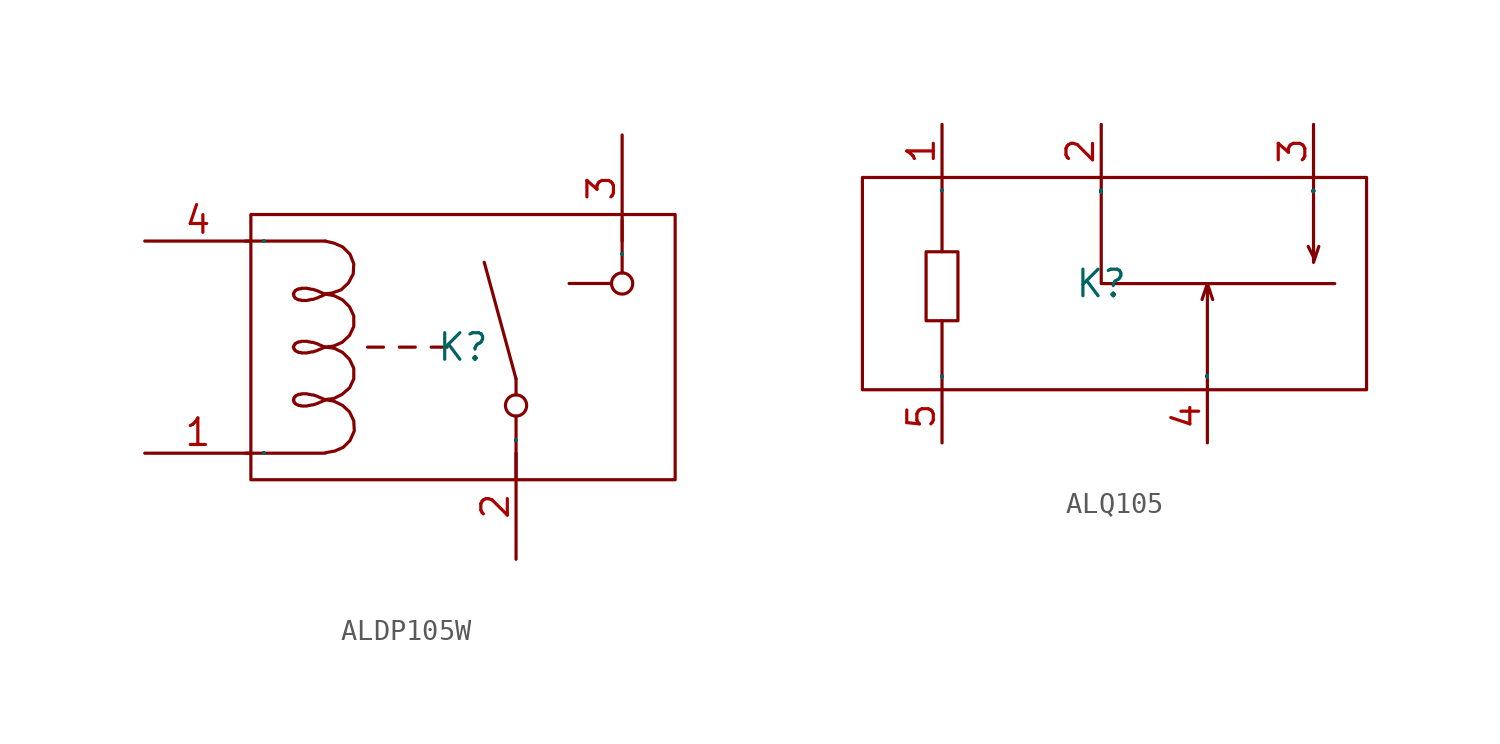
<source format=kicad_sym>
(kicad_symbol_lib
  (version 20231120)
  (generator "kicad_symbol_editor")
  (generator_version "8.0")
  (symbol "ALDP105W"
    (property "Reference" "K"
      (at 0 0 0)
      (effects (font (size 1.27 1.27))))
    (property "Value" ""
      (at 0 0 0)
      (effects (font (size 1.27 1.27))))
    (symbol "ALDP105W_1_0"
      (rectangle (start -10.16 -6.35) (end 10.16 6.35) (stroke (width 0) (type default)) (fill (type none)))
      (polyline (pts (xy -10.414 -5.08) (xy -6.604 -5.08)) (stroke (width 0) (type default)) (fill (type none)))
      (polyline (pts (xy -6.604 5.08) (xy -10.414 5.08)) (stroke (width 0) (type default)) (fill (type none)))
      (polyline (pts (xy -3.81 0) (xy -4.572 0)) (stroke (width 0) (type default)) (fill (type none)))
      (polyline (pts (xy -2.286 0) (xy -3.048 0)) (stroke (width 0) (type default)) (fill (type none)))
      (polyline (pts (xy -0.762 0) (xy -1.524 0)) (stroke (width 0) (type default)) (fill (type none)))
      (polyline (pts (xy 2.54 -6.35) (xy 2.54 -3.302)) (stroke (width 0) (type default)) (fill (type none)))
      (polyline (pts (xy 2.54 -2.286) (xy 2.54 -1.524)) (stroke (width 0) (type default)) (fill (type none)))
      (polyline (pts (xy 2.54 -1.524) (xy 1.016 4.064)) (stroke (width 0) (type default)) (fill (type none)))
      (polyline (pts (xy 7.112 3.048) (xy 5.08 3.048)) (stroke (width 0) (type default)) (fill (type none)))
      (polyline (pts (xy 7.62 6.096) (xy 7.62 3.556)) (stroke (width 0) (type default)) (fill (type none)))
      (polyline (pts (xy -6.604 -2.515) (xy -6.172 -2.591) (xy -6.172 -2.591) (xy -5.766 -2.794) (xy -5.766 -2.794) (xy -5.436 -3.099) (xy -5.436 -3.099) (xy -5.232 -3.531) (xy -5.232 -3.531) (xy -5.207 -4.013) (xy -5.207 -4.013) (xy -5.41 -4.47) (xy -5.41 -4.47) (xy -5.74 -4.801) (xy -5.74 -4.801) (xy -6.147 -4.978) (xy -6.147 -4.978) (xy -6.579 -5.055)) (stroke (width 0) (type default)) (fill (type none)))
      (polyline (pts (xy -6.604 0) (xy -6.172 -0.051) (xy -6.172 -0.051) (xy -5.766 -0.254) (xy -5.766 -0.254) (xy -5.436 -0.584) (xy -5.436 -0.584) (xy -5.232 -1.016) (xy -5.232 -1.016) (xy -5.232 -1.524) (xy -5.232 -1.524) (xy -5.436 -1.956) (xy -5.436 -1.956) (xy -5.791 -2.261) (xy -5.791 -2.261) (xy -6.198 -2.464) (xy -6.198 -2.464) (xy -6.629 -2.515)) (stroke (width 0) (type default)) (fill (type none)))
      (polyline (pts (xy -6.604 2.54) (xy -6.172 2.464) (xy -6.172 2.464) (xy -5.766 2.261) (xy -5.766 2.261) (xy -5.436 1.93) (xy -5.436 1.93) (xy -5.232 1.499) (xy -5.232 1.499) (xy -5.232 0.991) (xy -5.232 0.991) (xy -5.436 0.559) (xy -5.436 0.559) (xy -5.791 0.229) (xy -5.791 0.229) (xy -6.198 0.051) (xy -6.198 0.051) (xy -6.629 0)) (stroke (width 0) (type default)) (fill (type none)))
      (polyline (pts (xy -6.604 5.08) (xy -6.172 4.978) (xy -6.172 4.978) (xy -5.766 4.801) (xy -5.766 4.801) (xy -5.41 4.445) (xy -5.41 4.445) (xy -5.232 3.988) (xy -5.232 3.988) (xy -5.258 3.505) (xy -5.258 3.505) (xy -5.486 3.073) (xy -5.486 3.073) (xy -5.842 2.743) (xy -5.842 2.743) (xy -6.274 2.591) (xy -6.274 2.591) (xy -6.706 2.54)) (stroke (width 0) (type default)) (fill (type none)))
      (polyline (pts (xy -6.604 -2.54) (xy -6.68 -2.489) (xy -6.68 -2.489) (xy -6.782 -2.438) (xy -6.782 -2.438) (xy -6.858 -2.413) (xy -6.858 -2.413) (xy -6.96 -2.362) (xy -6.96 -2.362) (xy -7.036 -2.337) (xy -7.036 -2.337) (xy -7.112 -2.311) (xy -7.112 -2.311) (xy -7.188 -2.286) (xy -7.188 -2.286) (xy -7.264 -2.286) (xy -7.264 -2.286) (xy -7.341 -2.261) (xy -7.341 -2.261) (xy -7.391 -2.261) (xy -7.391 -2.261) (xy -7.468 -2.235) (xy -7.468 -2.235) (xy -7.518 -2.235) (xy -7.518 -2.235) (xy -7.569 -2.235) (xy -7.569 -2.235) (xy -7.645 -2.235) (xy -7.645 -2.235) (xy -7.696 -2.235) (xy -7.696 -2.235) (xy -7.747 -2.235) (xy -7.747 -2.235) (xy -7.772 -2.261) (xy -7.772 -2.261) (xy -7.823 -2.261) (xy -7.823 -2.261) (xy -7.874 -2.261) (xy -7.874 -2.261) (xy -7.899 -2.286) (xy -7.899 -2.286) (xy -7.925 -2.286) (xy -7.925 -2.286) (xy -7.976 -2.311) (xy -7.976 -2.311) (xy -8.001 -2.337) (xy -8.001 -2.337) (xy -8.026 -2.337) (xy -8.026 -2.337) (xy -8.052 -2.362) (xy -8.052 -2.362) (xy -8.052 -2.388) (xy -8.052 -2.388) (xy -8.077 -2.413) (xy -8.077 -2.413) (xy -8.103 -2.438) (xy -8.103 -2.438) (xy -8.103 -2.464) (xy -8.103 -2.464) (xy -8.103 -2.489) (xy -8.103 -2.489) (xy -8.103 -2.515) (xy -8.103 -2.515) (xy -8.128 -2.54) (xy -8.128 -2.54) (xy -8.103 -2.54) (xy -8.103 -2.54) (xy -8.103 -2.565) (xy -8.103 -2.565) (xy -8.103 -2.591) (xy -8.103 -2.591) (xy -8.103 -2.616) (xy -8.103 -2.616) (xy -8.077 -2.642) (xy -8.077 -2.642) (xy -8.052 -2.667) (xy -8.052 -2.667) (xy -8.052 -2.692) (xy -8.052 -2.692) (xy -8.026 -2.718) (xy -8.026 -2.718) (xy -8.001 -2.718) (xy -8.001 -2.718) (xy -7.976 -2.743) (xy -7.976 -2.743) (xy -7.925 -2.769) (xy -7.925 -2.769) (xy -7.899 -2.769) (xy -7.899 -2.769) (xy -7.874 -2.794) (xy -7.874 -2.794) (xy -7.823 -2.794) (xy -7.823 -2.794) (xy -7.772 -2.794) (xy -7.772 -2.794) (xy -7.747 -2.819) (xy -7.747 -2.819) (xy -7.696 -2.819) (xy -7.696 -2.819) (xy -7.645 -2.819) (xy -7.645 -2.819) (xy -7.569 -2.819) (xy -7.569 -2.819) (xy -7.518 -2.819) (xy -7.518 -2.819) (xy -7.468 -2.819) (xy -7.468 -2.819) (xy -7.391 -2.794) (xy -7.391 -2.794) (xy -7.341 -2.794) (xy -7.341 -2.794) (xy -7.264 -2.769) (xy -7.264 -2.769) (xy -7.188 -2.769) (xy -7.188 -2.769) (xy -7.112 -2.743) (xy -7.112 -2.743) (xy -7.036 -2.718) (xy -7.036 -2.718) (xy -6.96 -2.692) (xy -6.96 -2.692) (xy -6.858 -2.642) (xy -6.858 -2.642) (xy -6.782 -2.616) (xy -6.782 -2.616) (xy -6.68 -2.565) (xy -6.68 -2.565) (xy -6.604 -2.54)) (stroke (width 0) (type default)) (fill (type none)))
      (polyline (pts (xy -6.604 0) (xy -6.68 0.025) (xy -6.68 0.025) (xy -6.782 0.076) (xy -6.782 0.076) (xy -6.858 0.102) (xy -6.858 0.102) (xy -6.96 0.152) (xy -6.96 0.152) (xy -7.036 0.178) (xy -7.036 0.178) (xy -7.112 0.203) (xy -7.112 0.203) (xy -7.188 0.229) (xy -7.188 0.229) (xy -7.264 0.229) (xy -7.264 0.229) (xy -7.341 0.254) (xy -7.341 0.254) (xy -7.391 0.254) (xy -7.391 0.254) (xy -7.468 0.279) (xy -7.468 0.279) (xy -7.518 0.279) (xy -7.518 0.279) (xy -7.569 0.279) (xy -7.569 0.279) (xy -7.645 0.279) (xy -7.645 0.279) (xy -7.696 0.279) (xy -7.696 0.279) (xy -7.747 0.279) (xy -7.747 0.279) (xy -7.772 0.254) (xy -7.772 0.254) (xy -7.823 0.254) (xy -7.823 0.254) (xy -7.874 0.254) (xy -7.874 0.254) (xy -7.899 0.229) (xy -7.899 0.229) (xy -7.925 0.229) (xy -7.925 0.229) (xy -7.976 0.203) (xy -7.976 0.203) (xy -8.001 0.178) (xy -8.001 0.178) (xy -8.026 0.178) (xy -8.026 0.178) (xy -8.052 0.152) (xy -8.052 0.152) (xy -8.052 0.127) (xy -8.052 0.127) (xy -8.077 0.102) (xy -8.077 0.102) (xy -8.103 0.076) (xy -8.103 0.076) (xy -8.103 0.051) (xy -8.103 0.051) (xy -8.103 0.025) (xy -8.103 0.025) (xy -8.103 0) (xy -8.103 0) (xy -8.128 0) (xy -8.128 0) (xy -8.103 0) (xy -8.103 0) (xy -8.103 -0.025) (xy -8.103 -0.025) (xy -8.103 -0.051) (xy -8.103 -0.051) (xy -8.103 -0.076) (xy -8.103 -0.076) (xy -8.077 -0.102) (xy -8.077 -0.102) (xy -8.052 -0.127) (xy -8.052 -0.127) (xy -8.052 -0.152) (xy -8.052 -0.152) (xy -8.026 -0.178) (xy -8.026 -0.178) (xy -8.001 -0.178) (xy -8.001 -0.178) (xy -7.976 -0.203) (xy -7.976 -0.203) (xy -7.925 -0.229) (xy -7.925 -0.229) (xy -7.899 -0.229) (xy -7.899 -0.229) (xy -7.874 -0.254) (xy -7.874 -0.254) (xy -7.823 -0.254) (xy -7.823 -0.254) (xy -7.772 -0.254) (xy -7.772 -0.254) (xy -7.747 -0.279) (xy -7.747 -0.279) (xy -7.696 -0.279) (xy -7.696 -0.279) (xy -7.645 -0.279) (xy -7.645 -0.279) (xy -7.569 -0.279) (xy -7.569 -0.279) (xy -7.518 -0.279) (xy -7.518 -0.279) (xy -7.468 -0.279) (xy -7.468 -0.279) (xy -7.391 -0.254) (xy -7.391 -0.254) (xy -7.341 -0.254) (xy -7.341 -0.254) (xy -7.264 -0.229) (xy -7.264 -0.229) (xy -7.188 -0.229) (xy -7.188 -0.229) (xy -7.112 -0.203) (xy -7.112 -0.203) (xy -7.036 -0.178) (xy -7.036 -0.178) (xy -6.96 -0.152) (xy -6.96 -0.152) (xy -6.858 -0.102) (xy -6.858 -0.102) (xy -6.782 -0.076) (xy -6.782 -0.076) (xy -6.68 -0.025) (xy -6.68 -0.025) (xy -6.604 0)) (stroke (width 0) (type default)) (fill (type none)))
      (polyline (pts (xy -6.604 2.54) (xy -6.68 2.565) (xy -6.68 2.565) (xy -6.782 2.616) (xy -6.782 2.616) (xy -6.858 2.642) (xy -6.858 2.642) (xy -6.96 2.692) (xy -6.96 2.692) (xy -7.036 2.718) (xy -7.036 2.718) (xy -7.112 2.743) (xy -7.112 2.743) (xy -7.188 2.769) (xy -7.188 2.769) (xy -7.264 2.769) (xy -7.264 2.769) (xy -7.341 2.794) (xy -7.341 2.794) (xy -7.391 2.794) (xy -7.391 2.794) (xy -7.468 2.819) (xy -7.468 2.819) (xy -7.518 2.819) (xy -7.518 2.819) (xy -7.569 2.819) (xy -7.569 2.819) (xy -7.645 2.819) (xy -7.645 2.819) (xy -7.696 2.819) (xy -7.696 2.819) (xy -7.747 2.819) (xy -7.747 2.819) (xy -7.772 2.794) (xy -7.772 2.794) (xy -7.823 2.794) (xy -7.823 2.794) (xy -7.874 2.794) (xy -7.874 2.794) (xy -7.899 2.769) (xy -7.899 2.769) (xy -7.925 2.769) (xy -7.925 2.769) (xy -7.976 2.743) (xy -7.976 2.743) (xy -8.001 2.718) (xy -8.001 2.718) (xy -8.026 2.718) (xy -8.026 2.718) (xy -8.052 2.692) (xy -8.052 2.692) (xy -8.052 2.667) (xy -8.052 2.667) (xy -8.077 2.642) (xy -8.077 2.642) (xy -8.103 2.616) (xy -8.103 2.616) (xy -8.103 2.591) (xy -8.103 2.591) (xy -8.103 2.565) (xy -8.103 2.565) (xy -8.103 2.54) (xy -8.103 2.54) (xy -8.128 2.54) (xy -8.128 2.54) (xy -8.103 2.515) (xy -8.103 2.515) (xy -8.103 2.489) (xy -8.103 2.489) (xy -8.103 2.464) (xy -8.103 2.464) (xy -8.103 2.438) (xy -8.103 2.438) (xy -8.077 2.413) (xy -8.077 2.413) (xy -8.052 2.388) (xy -8.052 2.388) (xy -8.052 2.362) (xy -8.052 2.362) (xy -8.026 2.337) (xy -8.026 2.337) (xy -8.001 2.337) (xy -8.001 2.337) (xy -7.976 2.311) (xy -7.976 2.311) (xy -7.925 2.286) (xy -7.925 2.286) (xy -7.899 2.286) (xy -7.899 2.286) (xy -7.874 2.261) (xy -7.874 2.261) (xy -7.823 2.261) (xy -7.823 2.261) (xy -7.772 2.261) (xy -7.772 2.261) (xy -7.747 2.235) (xy -7.747 2.235) (xy -7.696 2.235) (xy -7.696 2.235) (xy -7.645 2.235) (xy -7.645 2.235) (xy -7.569 2.235) (xy -7.569 2.235) (xy -7.518 2.235) (xy -7.518 2.235) (xy -7.468 2.235) (xy -7.468 2.235) (xy -7.391 2.261) (xy -7.391 2.261) (xy -7.341 2.261) (xy -7.341 2.261) (xy -7.264 2.286) (xy -7.264 2.286) (xy -7.188 2.286) (xy -7.188 2.286) (xy -7.112 2.311) (xy -7.112 2.311) (xy -7.036 2.337) (xy -7.036 2.337) (xy -6.96 2.362) (xy -6.96 2.362) (xy -6.858 2.413) (xy -6.858 2.413) (xy -6.782 2.438) (xy -6.782 2.438) (xy -6.68 2.489) (xy -6.68 2.489) (xy -6.604 2.54)) (stroke (width 0) (type default)) (fill (type none)))
      (circle (center 2.54 -2.794) (radius 0.508) (stroke (width 0) (type default)) (fill (type none)))
      (circle (center 7.62 3.048) (radius 0.508) (stroke (width 0) (type default)) (fill (type none)))
      (pin input line (at -15.24 -5.08 0) (length 5.08) (name "1" (effects (font (size 0.025 0.025)))) (number "1" (effects (font (size 1.27 1.27)))))
      (pin input line (at 2.54 -10.16 90) (length 5.08) (name "2" (effects (font (size 0.025 0.025)))) (number "2" (effects (font (size 1.27 1.27)))))
      (pin input line (at 7.62 10.16 270) (length 5.08) (name "3" (effects (font (size 0.025 0.025)))) (number "3" (effects (font (size 1.27 1.27)))))
      (pin input line (at -15.24 5.08 0) (length 5.08) (name "4" (effects (font (size 0.025 0.025)))) (number "4" (effects (font (size 1.27 1.27)))))))
  (symbol "ALQ105"
    (property "Reference" "K"
      (at 0 0 0)
      (effects (font (size 1.27 1.27))))
    (property "Value" ""
      (at 0 0 0)
      (effects (font (size 1.27 1.27))))
    (symbol "ALQ105_1_0"
      (rectangle (start -11.43 -5.08) (end 12.7 5.08) (stroke (width 0) (type default)) (fill (type none)))
      (rectangle (start -8.382 -1.778) (end -6.858 1.524) (stroke (width 0) (type default)) (fill (type none)))
      (polyline (pts (xy -7.62 -5.08) (xy -7.62 -1.778)) (stroke (width 0) (type default)) (fill (type none)))
      (polyline (pts (xy -7.62 5.08) (xy -7.62 1.524)) (stroke (width 0) (type default)) (fill (type none)))
      (polyline (pts (xy 5.08 0) (xy 4.826 -0.762)) (stroke (width 0) (type default)) (fill (type none)))
      (polyline (pts (xy 10.16 1.27) (xy 9.906 1.778)) (stroke (width 0) (type default)) (fill (type none)))
      (polyline (pts (xy 0 5.08) (xy 0 0) (xy 0 0) (xy 11.176 0)) (stroke (width 0) (type default)) (fill (type none)))
      (polyline (pts (xy 5.08 -5.08) (xy 5.08 0) (xy 5.08 0) (xy 5.334 -0.762)) (stroke (width 0) (type default)) (fill (type none)))
      (polyline (pts (xy 10.16 5.08) (xy 10.16 1.016) (xy 10.16 1.016) (xy 10.414 1.778)) (stroke (width 0) (type default)) (fill (type none)))
      (pin input line (at -7.62 7.62 270) (length 2.54) (name "1" (effects (font (size 0.025 0.025)))) (number "1" (effects (font (size 1.27 1.27)))))
      (pin input line (at 0 7.62 270) (length 2.54) (name "COM" (effects (font (size 0.025 0.025)))) (number "2" (effects (font (size 1.27 1.27)))))
      (pin input line (at 10.16 7.62 270) (length 2.54) (name "N.O." (effects (font (size 0.025 0.025)))) (number "3" (effects (font (size 1.27 1.27)))))
      (pin input line (at 5.08 -7.62 90) (length 2.54) (name "N.C." (effects (font (size 0.025 0.025)))) (number "4" (effects (font (size 1.27 1.27)))))
      (pin input line (at -7.62 -7.62 90) (length 2.54) (name "5" (effects (font (size 0.025 0.025)))) (number "5" (effects (font (size 1.27 1.27))))))))
</source>
